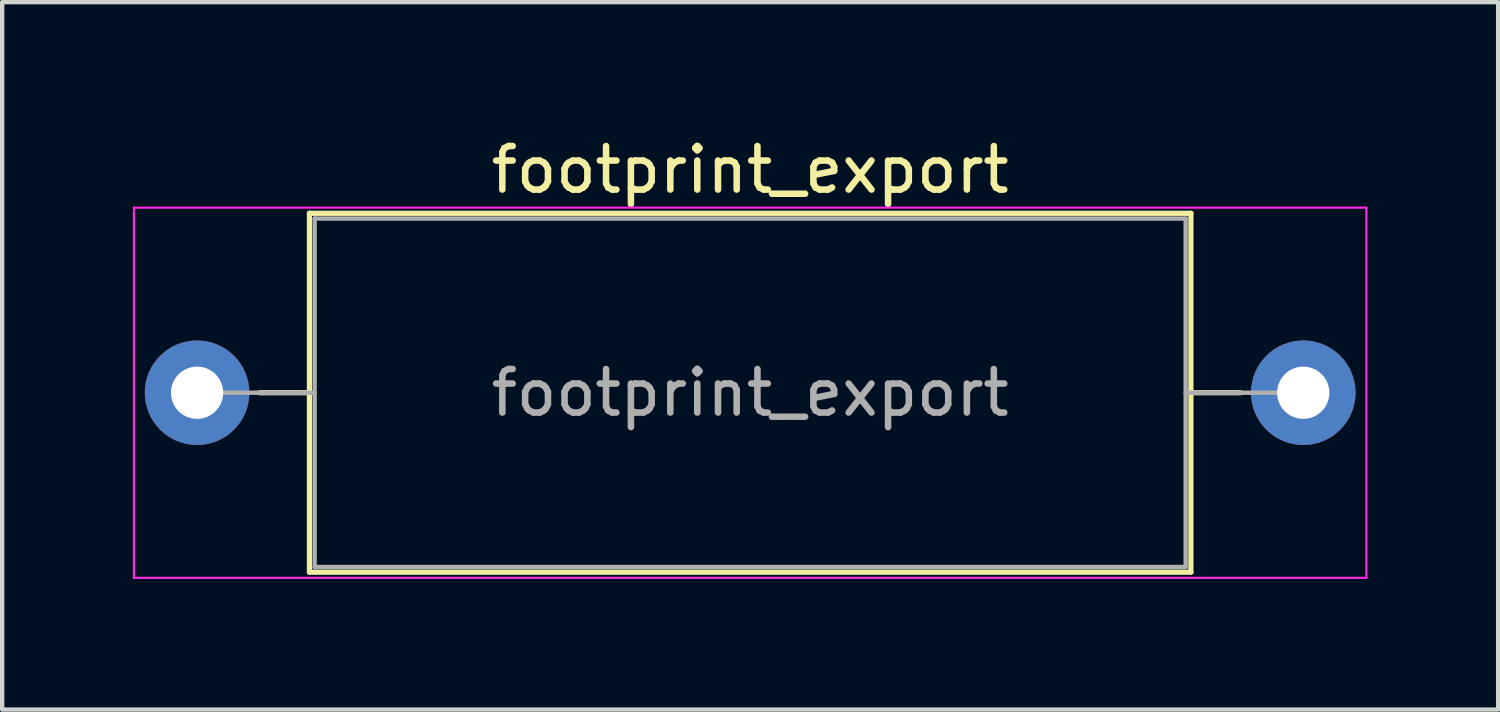
<source format=kicad_pcb>
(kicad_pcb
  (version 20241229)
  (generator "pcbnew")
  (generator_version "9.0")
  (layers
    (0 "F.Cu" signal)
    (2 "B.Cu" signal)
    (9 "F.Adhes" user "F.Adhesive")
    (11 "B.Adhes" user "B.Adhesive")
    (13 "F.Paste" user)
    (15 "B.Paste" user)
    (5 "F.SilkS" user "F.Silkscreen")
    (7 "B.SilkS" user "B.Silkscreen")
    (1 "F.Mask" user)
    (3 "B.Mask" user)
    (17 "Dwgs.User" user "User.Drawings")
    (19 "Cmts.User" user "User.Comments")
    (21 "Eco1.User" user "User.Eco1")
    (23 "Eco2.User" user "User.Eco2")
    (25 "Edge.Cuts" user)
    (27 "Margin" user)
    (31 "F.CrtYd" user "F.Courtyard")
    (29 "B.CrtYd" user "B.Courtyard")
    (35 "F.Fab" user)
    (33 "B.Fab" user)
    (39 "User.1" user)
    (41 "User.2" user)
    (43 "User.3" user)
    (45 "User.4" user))
  (footprint "footprint_export"
    (layer "F.Cu")
    (at 1.475 5.968)
    (property "Reference" "footprint_export" (at 12.7 -5.12 0) (layer "F.SilkS") (effects (font (size 1 1) (thickness 0.15))))
    (attr through_hole)
    (fp_line (start 1.44 0) (end 2.58 0) (stroke (width 0.12) (type solid)) (layer "F.SilkS"))
    (fp_line (start 2.58 -4.12) (end 2.58 4.12) (stroke (width 0.12) (type solid)) (layer "F.SilkS"))
    (fp_line (start 2.58 4.12) (end 22.82 4.12) (stroke (width 0.12) (type solid)) (layer "F.SilkS"))
    (fp_line (start 22.82 -4.12) (end 2.58 -4.12) (stroke (width 0.12) (type solid)) (layer "F.SilkS"))
    (fp_line (start 22.82 4.12) (end 22.82 -4.12) (stroke (width 0.12) (type solid)) (layer "F.SilkS"))
    (fp_line (start 23.96 0) (end 22.82 0) (stroke (width 0.12) (type solid)) (layer "F.SilkS"))
    (fp_line (start -1.45 -4.25) (end -1.45 4.25) (stroke (width 0.05) (type solid)) (layer "F.CrtYd"))
    (fp_line (start -1.45 4.25) (end 26.85 4.25) (stroke (width 0.05) (type solid)) (layer "F.CrtYd"))
    (fp_line (start 26.85 -4.25) (end -1.45 -4.25) (stroke (width 0.05) (type solid)) (layer "F.CrtYd"))
    (fp_line (start 26.85 4.25) (end 26.85 -4.25) (stroke (width 0.05) (type solid)) (layer "F.CrtYd"))
    (fp_line (start 0 0) (end 2.7 0) (stroke (width 0.1) (type solid)) (layer "F.Fab"))
    (fp_line (start 2.7 -4) (end 2.7 4) (stroke (width 0.1) (type solid)) (layer "F.Fab"))
    (fp_line (start 2.7 4) (end 22.7 4) (stroke (width 0.1) (type solid)) (layer "F.Fab"))
    (fp_line (start 22.7 -4) (end 2.7 -4) (stroke (width 0.1) (type solid)) (layer "F.Fab"))
    (fp_line (start 22.7 4) (end 22.7 -4) (stroke (width 0.1) (type solid)) (layer "F.Fab"))
    (fp_line (start 25.4 0) (end 22.7 0) (stroke (width 0.1) (type solid)) (layer "F.Fab"))
    (fp_text user "${REFERENCE}" (at 12.7 0 0) (layer "F.Fab") (effects (font (size 1 1) (thickness 0.15))))
    (pad "1" thru_hole circle (at 0 0) (size 2.4 2.4) (drill 1.2) (layers "*.Cu" "*.Mask"))
    (pad "2" thru_hole oval (at 25.4 0) (size 2.4 2.4) (drill 1.2) (layers "*.Cu" "*.Mask")))
  (gr_rect
    (start -3 -3)
    (end 31.35 13.243)
    (stroke (width 0.1) (type default))
    (fill no)
    (layer "Edge.Cuts")))
</source>
